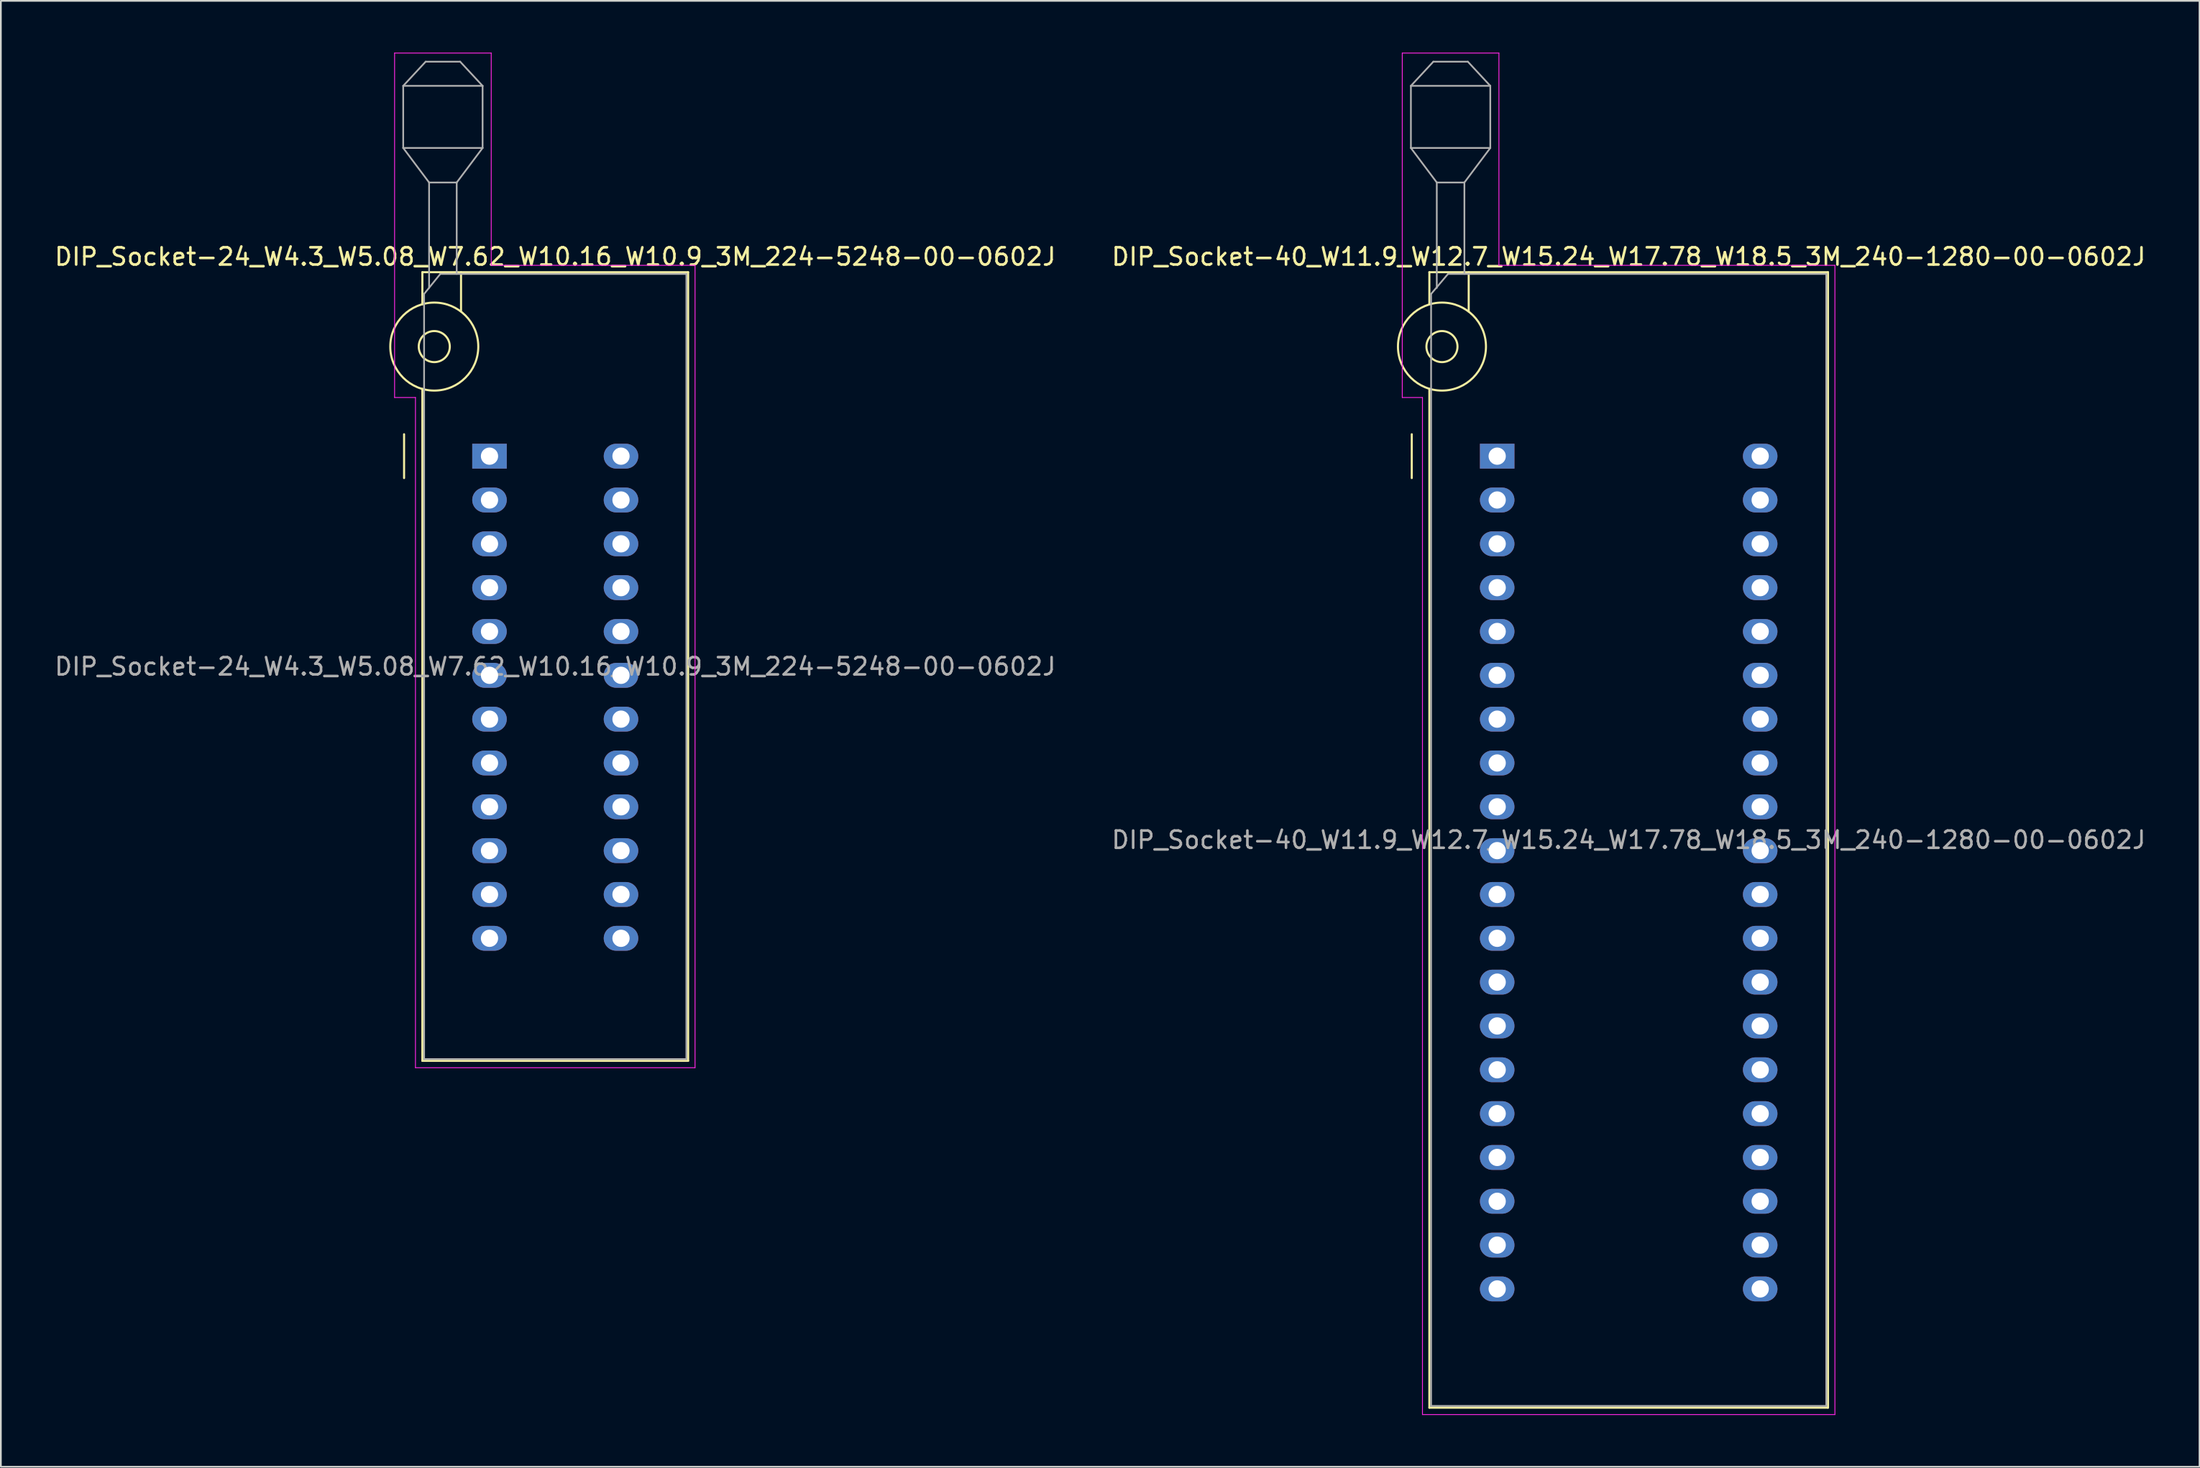
<source format=kicad_pcb>
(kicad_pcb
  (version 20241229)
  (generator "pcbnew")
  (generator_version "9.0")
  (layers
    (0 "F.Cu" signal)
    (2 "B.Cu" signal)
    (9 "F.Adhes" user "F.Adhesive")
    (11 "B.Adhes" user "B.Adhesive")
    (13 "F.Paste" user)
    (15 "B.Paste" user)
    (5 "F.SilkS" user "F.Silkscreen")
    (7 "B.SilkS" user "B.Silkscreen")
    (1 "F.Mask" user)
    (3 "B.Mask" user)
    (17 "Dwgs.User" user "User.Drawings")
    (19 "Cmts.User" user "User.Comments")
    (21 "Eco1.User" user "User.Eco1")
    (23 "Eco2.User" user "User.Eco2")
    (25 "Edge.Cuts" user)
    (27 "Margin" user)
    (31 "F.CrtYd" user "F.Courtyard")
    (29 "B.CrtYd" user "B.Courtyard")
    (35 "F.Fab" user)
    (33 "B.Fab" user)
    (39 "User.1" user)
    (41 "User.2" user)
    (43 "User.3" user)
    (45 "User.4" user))
  (footprint "DIP_Socket-24_W4.3_W5.08_W7.62_W10.16_W10.9_3M_224-5248-00-0602J"
    (layer "F.Cu")
    (at 25.315 23.385)
    (property "Reference" "DIP_Socket-24_W4.3_W5.08_W7.62_W10.16_W10.9_3M_224-5248-00-0602J" (at 3.81 -11.56 0) (layer "F.SilkS") (effects (font (size 1 1) (thickness 0.15))))
    (attr through_hole)
    (fp_line (start -4.95 1.27) (end -4.95 -1.27) (stroke (width 0.12) (type solid)) (layer "F.SilkS"))
    (fp_line (start -3.89 -10.66) (end -3.89 -8.8) (stroke (width 0.12) (type solid)) (layer "F.SilkS"))
    (fp_line (start -3.89 -3.9) (end -3.89 35.04) (stroke (width 0.12) (type solid)) (layer "F.SilkS"))
    (fp_line (start -3.89 35.04) (end 11.51 35.04) (stroke (width 0.12) (type solid)) (layer "F.SilkS"))
    (fp_line (start -1.65 -10.66) (end -1.65 -8.4) (stroke (width 0.12) (type solid)) (layer "F.SilkS"))
    (fp_line (start 11.51 -10.66) (end -3.89 -10.66) (stroke (width 0.12) (type solid)) (layer "F.SilkS"))
    (fp_line (start 11.51 35.04) (end 11.51 -10.66) (stroke (width 0.12) (type solid)) (layer "F.SilkS"))
    (fp_circle (center -3.2 -6.35) (end -2.3 -6.35) (stroke (width 0.12) (type solid)) (fill no) (layer "F.SilkS"))
    (fp_circle (center -3.2 -6.35) (end -0.65 -6.35) (stroke (width 0.12) (type solid)) (fill no) (layer "F.SilkS"))
    (fp_line (start -5.5 -23.36) (end 0.1 -23.36) (stroke (width 0.05) (type solid)) (layer "F.CrtYd"))
    (fp_line (start -5.5 -3.4) (end -5.5 -23.36) (stroke (width 0.05) (type solid)) (layer "F.CrtYd"))
    (fp_line (start -4.29 -3.4) (end -5.5 -3.4) (stroke (width 0.05) (type solid)) (layer "F.CrtYd"))
    (fp_line (start -4.29 35.44) (end -4.29 -3.4) (stroke (width 0.05) (type solid)) (layer "F.CrtYd"))
    (fp_line (start 0.1 -23.36) (end 0.1 -11.06) (stroke (width 0.05) (type solid)) (layer "F.CrtYd"))
    (fp_line (start 0.1 -11.06) (end 11.91 -11.06) (stroke (width 0.05) (type solid)) (layer "F.CrtYd"))
    (fp_line (start 11.91 -11.06) (end 11.91 35.44) (stroke (width 0.05) (type solid)) (layer "F.CrtYd"))
    (fp_line (start 11.91 35.44) (end -4.29 35.44) (stroke (width 0.05) (type solid)) (layer "F.CrtYd"))
    (fp_line (start -5 -21.46) (end -5 -17.86) (stroke (width 0.1) (type solid)) (layer "F.Fab"))
    (fp_line (start -5 -21.46) (end -3.7 -22.86) (stroke (width 0.1) (type solid)) (layer "F.Fab"))
    (fp_line (start -5 -17.86) (end -3.5 -15.86) (stroke (width 0.1) (type solid)) (layer "F.Fab"))
    (fp_line (start -5 -17.86) (end -0.4 -17.86) (stroke (width 0.1) (type solid)) (layer "F.Fab"))
    (fp_line (start -3.79 -9.4) (end -2.85 -10.56) (stroke (width 0.1) (type solid)) (layer "F.Fab"))
    (fp_line (start -3.79 34.94) (end -3.79 -9.4) (stroke (width 0.1) (type solid)) (layer "F.Fab"))
    (fp_line (start -3.7 -22.86) (end -1.7 -22.86) (stroke (width 0.1) (type solid)) (layer "F.Fab"))
    (fp_line (start -3.5 -15.86) (end -1.9 -15.86) (stroke (width 0.1) (type solid)) (layer "F.Fab"))
    (fp_line (start -3.5 -9.75) (end -3.5 -15.86) (stroke (width 0.1) (type solid)) (layer "F.Fab"))
    (fp_line (start -2.85 -10.56) (end 11.41 -10.56) (stroke (width 0.1) (type solid)) (layer "F.Fab"))
    (fp_line (start -1.9 -15.86) (end -1.9 -10.56) (stroke (width 0.1) (type solid)) (layer "F.Fab"))
    (fp_line (start -1.7 -22.86) (end -0.4 -21.46) (stroke (width 0.1) (type solid)) (layer "F.Fab"))
    (fp_line (start -0.4 -21.46) (end -5 -21.46) (stroke (width 0.1) (type solid)) (layer "F.Fab"))
    (fp_line (start -0.4 -17.86) (end -1.9 -15.86) (stroke (width 0.1) (type solid)) (layer "F.Fab"))
    (fp_line (start -0.4 -17.86) (end -0.4 -21.46) (stroke (width 0.1) (type solid)) (layer "F.Fab"))
    (fp_line (start 11.41 -10.56) (end 11.41 34.94) (stroke (width 0.1) (type solid)) (layer "F.Fab"))
    (fp_line (start 11.41 34.94) (end -3.79 34.94) (stroke (width 0.1) (type solid)) (layer "F.Fab"))
    (fp_text user "${REFERENCE}" (at 3.81 12.19 0) (layer "F.Fab") (effects (font (size 1 1) (thickness 0.15))))
    (pad "1" thru_hole rect (at 0 0) (size 2 1.44) (drill 1) (layers "*.Cu" "*.Mask"))
    (pad "2" thru_hole oval (at 0 2.54) (size 2 1.44) (drill 1) (layers "*.Cu" "*.Mask"))
    (pad "3" thru_hole oval (at 0 5.08) (size 2 1.44) (drill 1) (layers "*.Cu" "*.Mask"))
    (pad "4" thru_hole oval (at 0 7.62) (size 2 1.44) (drill 1) (layers "*.Cu" "*.Mask"))
    (pad "5" thru_hole oval (at 0 10.16) (size 2 1.44) (drill 1) (layers "*.Cu" "*.Mask"))
    (pad "6" thru_hole oval (at 0 12.7) (size 2 1.44) (drill 1) (layers "*.Cu" "*.Mask"))
    (pad "7" thru_hole oval (at 0 15.24) (size 2 1.44) (drill 1) (layers "*.Cu" "*.Mask"))
    (pad "8" thru_hole oval (at 0 17.78) (size 2 1.44) (drill 1) (layers "*.Cu" "*.Mask"))
    (pad "9" thru_hole oval (at 0 20.32) (size 2 1.44) (drill 1) (layers "*.Cu" "*.Mask"))
    (pad "10" thru_hole oval (at 0 22.86) (size 2 1.44) (drill 1) (layers "*.Cu" "*.Mask"))
    (pad "11" thru_hole oval (at 0 25.4) (size 2 1.44) (drill 1) (layers "*.Cu" "*.Mask"))
    (pad "12" thru_hole oval (at 0 27.94) (size 2 1.44) (drill 1) (layers "*.Cu" "*.Mask"))
    (pad "13" thru_hole oval (at 7.62 27.94) (size 2 1.44) (drill 1) (layers "*.Cu" "*.Mask"))
    (pad "14" thru_hole oval (at 7.62 25.4) (size 2 1.44) (drill 1) (layers "*.Cu" "*.Mask"))
    (pad "15" thru_hole oval (at 7.62 22.86) (size 2 1.44) (drill 1) (layers "*.Cu" "*.Mask"))
    (pad "16" thru_hole oval (at 7.62 20.32) (size 2 1.44) (drill 1) (layers "*.Cu" "*.Mask"))
    (pad "17" thru_hole oval (at 7.62 17.78) (size 2 1.44) (drill 1) (layers "*.Cu" "*.Mask"))
    (pad "18" thru_hole oval (at 7.62 15.24) (size 2 1.44) (drill 1) (layers "*.Cu" "*.Mask"))
    (pad "19" thru_hole oval (at 7.62 12.7) (size 2 1.44) (drill 1) (layers "*.Cu" "*.Mask"))
    (pad "20" thru_hole oval (at 7.62 10.16) (size 2 1.44) (drill 1) (layers "*.Cu" "*.Mask"))
    (pad "21" thru_hole oval (at 7.62 7.62) (size 2 1.44) (drill 1) (layers "*.Cu" "*.Mask"))
    (pad "22" thru_hole oval (at 7.62 5.08) (size 2 1.44) (drill 1) (layers "*.Cu" "*.Mask"))
    (pad "23" thru_hole oval (at 7.62 2.54) (size 2 1.44) (drill 1) (layers "*.Cu" "*.Mask"))
    (pad "24" thru_hole oval (at 7.62 0) (size 2 1.44) (drill 1) (layers "*.Cu" "*.Mask")))
  (footprint "DIP_Socket-40_W11.9_W12.7_W15.24_W17.78_W18.5_3M_240-1280-00-0602J"
    (layer "F.Cu")
    (at 83.707 23.385)
    (property "Reference" "DIP_Socket-40_W11.9_W12.7_W15.24_W17.78_W18.5_3M_240-1280-00-0602J" (at 7.62 -11.56 0) (layer "F.SilkS") (effects (font (size 1 1) (thickness 0.15))))
    (attr through_hole)
    (fp_line (start -4.95 1.27) (end -4.95 -1.27) (stroke (width 0.12) (type solid)) (layer "F.SilkS"))
    (fp_line (start -3.93 -10.66) (end -3.93 -8.8) (stroke (width 0.12) (type solid)) (layer "F.SilkS"))
    (fp_line (start -3.93 -3.9) (end -3.93 55.14) (stroke (width 0.12) (type solid)) (layer "F.SilkS"))
    (fp_line (start -3.93 55.14) (end 19.17 55.14) (stroke (width 0.12) (type solid)) (layer "F.SilkS"))
    (fp_line (start -1.65 -10.66) (end -1.65 -8.4) (stroke (width 0.12) (type solid)) (layer "F.SilkS"))
    (fp_line (start 19.17 -10.66) (end -3.93 -10.66) (stroke (width 0.12) (type solid)) (layer "F.SilkS"))
    (fp_line (start 19.17 55.14) (end 19.17 -10.66) (stroke (width 0.12) (type solid)) (layer "F.SilkS"))
    (fp_circle (center -3.2 -6.35) (end -2.3 -6.35) (stroke (width 0.12) (type solid)) (fill no) (layer "F.SilkS"))
    (fp_circle (center -3.2 -6.35) (end -0.65 -6.35) (stroke (width 0.12) (type solid)) (fill no) (layer "F.SilkS"))
    (fp_line (start -5.5 -23.36) (end 0.1 -23.36) (stroke (width 0.05) (type solid)) (layer "F.CrtYd"))
    (fp_line (start -5.5 -3.4) (end -5.5 -23.36) (stroke (width 0.05) (type solid)) (layer "F.CrtYd"))
    (fp_line (start -4.33 -3.4) (end -5.5 -3.4) (stroke (width 0.05) (type solid)) (layer "F.CrtYd"))
    (fp_line (start -4.33 55.54) (end -4.33 -3.4) (stroke (width 0.05) (type solid)) (layer "F.CrtYd"))
    (fp_line (start 0.1 -23.36) (end 0.1 -11.06) (stroke (width 0.05) (type solid)) (layer "F.CrtYd"))
    (fp_line (start 0.1 -11.06) (end 19.57 -11.06) (stroke (width 0.05) (type solid)) (layer "F.CrtYd"))
    (fp_line (start 19.57 -11.06) (end 19.57 55.54) (stroke (width 0.05) (type solid)) (layer "F.CrtYd"))
    (fp_line (start 19.57 55.54) (end -4.33 55.54) (stroke (width 0.05) (type solid)) (layer "F.CrtYd"))
    (fp_line (start -5 -21.46) (end -5 -17.86) (stroke (width 0.1) (type solid)) (layer "F.Fab"))
    (fp_line (start -5 -21.46) (end -3.7 -22.86) (stroke (width 0.1) (type solid)) (layer "F.Fab"))
    (fp_line (start -5 -17.86) (end -3.5 -15.86) (stroke (width 0.1) (type solid)) (layer "F.Fab"))
    (fp_line (start -5 -17.86) (end -0.4 -17.86) (stroke (width 0.1) (type solid)) (layer "F.Fab"))
    (fp_line (start -3.83 -9.4) (end -2.85 -10.56) (stroke (width 0.1) (type solid)) (layer "F.Fab"))
    (fp_line (start -3.83 55.04) (end -3.83 -9.4) (stroke (width 0.1) (type solid)) (layer "F.Fab"))
    (fp_line (start -3.7 -22.86) (end -1.7 -22.86) (stroke (width 0.1) (type solid)) (layer "F.Fab"))
    (fp_line (start -3.5 -15.86) (end -1.9 -15.86) (stroke (width 0.1) (type solid)) (layer "F.Fab"))
    (fp_line (start -3.5 -9.75) (end -3.5 -15.86) (stroke (width 0.1) (type solid)) (layer "F.Fab"))
    (fp_line (start -2.85 -10.56) (end 19.07 -10.56) (stroke (width 0.1) (type solid)) (layer "F.Fab"))
    (fp_line (start -1.9 -15.86) (end -1.9 -10.56) (stroke (width 0.1) (type solid)) (layer "F.Fab"))
    (fp_line (start -1.7 -22.86) (end -0.4 -21.46) (stroke (width 0.1) (type solid)) (layer "F.Fab"))
    (fp_line (start -0.4 -21.46) (end -5 -21.46) (stroke (width 0.1) (type solid)) (layer "F.Fab"))
    (fp_line (start -0.4 -17.86) (end -1.9 -15.86) (stroke (width 0.1) (type solid)) (layer "F.Fab"))
    (fp_line (start -0.4 -17.86) (end -0.4 -21.46) (stroke (width 0.1) (type solid)) (layer "F.Fab"))
    (fp_line (start 19.07 -10.56) (end 19.07 55.04) (stroke (width 0.1) (type solid)) (layer "F.Fab"))
    (fp_line (start 19.07 55.04) (end -3.83 55.04) (stroke (width 0.1) (type solid)) (layer "F.Fab"))
    (fp_text user "${REFERENCE}" (at 7.62 22.24 0) (layer "F.Fab") (effects (font (size 1 1) (thickness 0.15))))
    (pad "1" thru_hole rect (at 0 0) (size 2 1.44) (drill 1) (layers "*.Cu" "*.Mask"))
    (pad "2" thru_hole oval (at 0 2.54) (size 2 1.44) (drill 1) (layers "*.Cu" "*.Mask"))
    (pad "3" thru_hole oval (at 0 5.08) (size 2 1.44) (drill 1) (layers "*.Cu" "*.Mask"))
    (pad "4" thru_hole oval (at 0 7.62) (size 2 1.44) (drill 1) (layers "*.Cu" "*.Mask"))
    (pad "5" thru_hole oval (at 0 10.16) (size 2 1.44) (drill 1) (layers "*.Cu" "*.Mask"))
    (pad "6" thru_hole oval (at 0 12.7) (size 2 1.44) (drill 1) (layers "*.Cu" "*.Mask"))
    (pad "7" thru_hole oval (at 0 15.24) (size 2 1.44) (drill 1) (layers "*.Cu" "*.Mask"))
    (pad "8" thru_hole oval (at 0 17.78) (size 2 1.44) (drill 1) (layers "*.Cu" "*.Mask"))
    (pad "9" thru_hole oval (at 0 20.32) (size 2 1.44) (drill 1) (layers "*.Cu" "*.Mask"))
    (pad "10" thru_hole oval (at 0 22.86) (size 2 1.44) (drill 1) (layers "*.Cu" "*.Mask"))
    (pad "11" thru_hole oval (at 0 25.4) (size 2 1.44) (drill 1) (layers "*.Cu" "*.Mask"))
    (pad "12" thru_hole oval (at 0 27.94) (size 2 1.44) (drill 1) (layers "*.Cu" "*.Mask"))
    (pad "13" thru_hole oval (at 0 30.48) (size 2 1.44) (drill 1) (layers "*.Cu" "*.Mask"))
    (pad "14" thru_hole oval (at 0 33.02) (size 2 1.44) (drill 1) (layers "*.Cu" "*.Mask"))
    (pad "15" thru_hole oval (at 0 35.56) (size 2 1.44) (drill 1) (layers "*.Cu" "*.Mask"))
    (pad "16" thru_hole oval (at 0 38.1) (size 2 1.44) (drill 1) (layers "*.Cu" "*.Mask"))
    (pad "17" thru_hole oval (at 0 40.64) (size 2 1.44) (drill 1) (layers "*.Cu" "*.Mask"))
    (pad "18" thru_hole oval (at 0 43.18) (size 2 1.44) (drill 1) (layers "*.Cu" "*.Mask"))
    (pad "19" thru_hole oval (at 0 45.72) (size 2 1.44) (drill 1) (layers "*.Cu" "*.Mask"))
    (pad "20" thru_hole oval (at 0 48.26) (size 2 1.44) (drill 1) (layers "*.Cu" "*.Mask"))
    (pad "21" thru_hole oval (at 15.24 48.26) (size 2 1.44) (drill 1) (layers "*.Cu" "*.Mask"))
    (pad "22" thru_hole oval (at 15.24 45.72) (size 2 1.44) (drill 1) (layers "*.Cu" "*.Mask"))
    (pad "23" thru_hole oval (at 15.24 43.18) (size 2 1.44) (drill 1) (layers "*.Cu" "*.Mask"))
    (pad "24" thru_hole oval (at 15.24 40.64) (size 2 1.44) (drill 1) (layers "*.Cu" "*.Mask"))
    (pad "25" thru_hole oval (at 15.24 38.1) (size 2 1.44) (drill 1) (layers "*.Cu" "*.Mask"))
    (pad "26" thru_hole oval (at 15.24 35.56) (size 2 1.44) (drill 1) (layers "*.Cu" "*.Mask"))
    (pad "27" thru_hole oval (at 15.24 33.02) (size 2 1.44) (drill 1) (layers "*.Cu" "*.Mask"))
    (pad "28" thru_hole oval (at 15.24 30.48) (size 2 1.44) (drill 1) (layers "*.Cu" "*.Mask"))
    (pad "29" thru_hole oval (at 15.24 27.94) (size 2 1.44) (drill 1) (layers "*.Cu" "*.Mask"))
    (pad "30" thru_hole oval (at 15.24 25.4) (size 2 1.44) (drill 1) (layers "*.Cu" "*.Mask"))
    (pad "31" thru_hole oval (at 15.24 22.86) (size 2 1.44) (drill 1) (layers "*.Cu" "*.Mask"))
    (pad "32" thru_hole oval (at 15.24 20.32) (size 2 1.44) (drill 1) (layers "*.Cu" "*.Mask"))
    (pad "33" thru_hole oval (at 15.24 17.78) (size 2 1.44) (drill 1) (layers "*.Cu" "*.Mask"))
    (pad "34" thru_hole oval (at 15.24 15.24) (size 2 1.44) (drill 1) (layers "*.Cu" "*.Mask"))
    (pad "35" thru_hole oval (at 15.24 12.7) (size 2 1.44) (drill 1) (layers "*.Cu" "*.Mask"))
    (pad "36" thru_hole oval (at 15.24 10.16) (size 2 1.44) (drill 1) (layers "*.Cu" "*.Mask"))
    (pad "37" thru_hole oval (at 15.24 7.62) (size 2 1.44) (drill 1) (layers "*.Cu" "*.Mask"))
    (pad "38" thru_hole oval (at 15.24 5.08) (size 2 1.44) (drill 1) (layers "*.Cu" "*.Mask"))
    (pad "39" thru_hole oval (at 15.24 2.54) (size 2 1.44) (drill 1) (layers "*.Cu" "*.Mask"))
    (pad "40" thru_hole oval (at 15.24 0) (size 2 1.44) (drill 1) (layers "*.Cu" "*.Mask")))
  (gr_rect
    (start -3 -3)
    (end 124.405 81.95)
    (stroke (width 0.1) (type default))
    (fill no)
    (layer "Edge.Cuts")))
</source>
